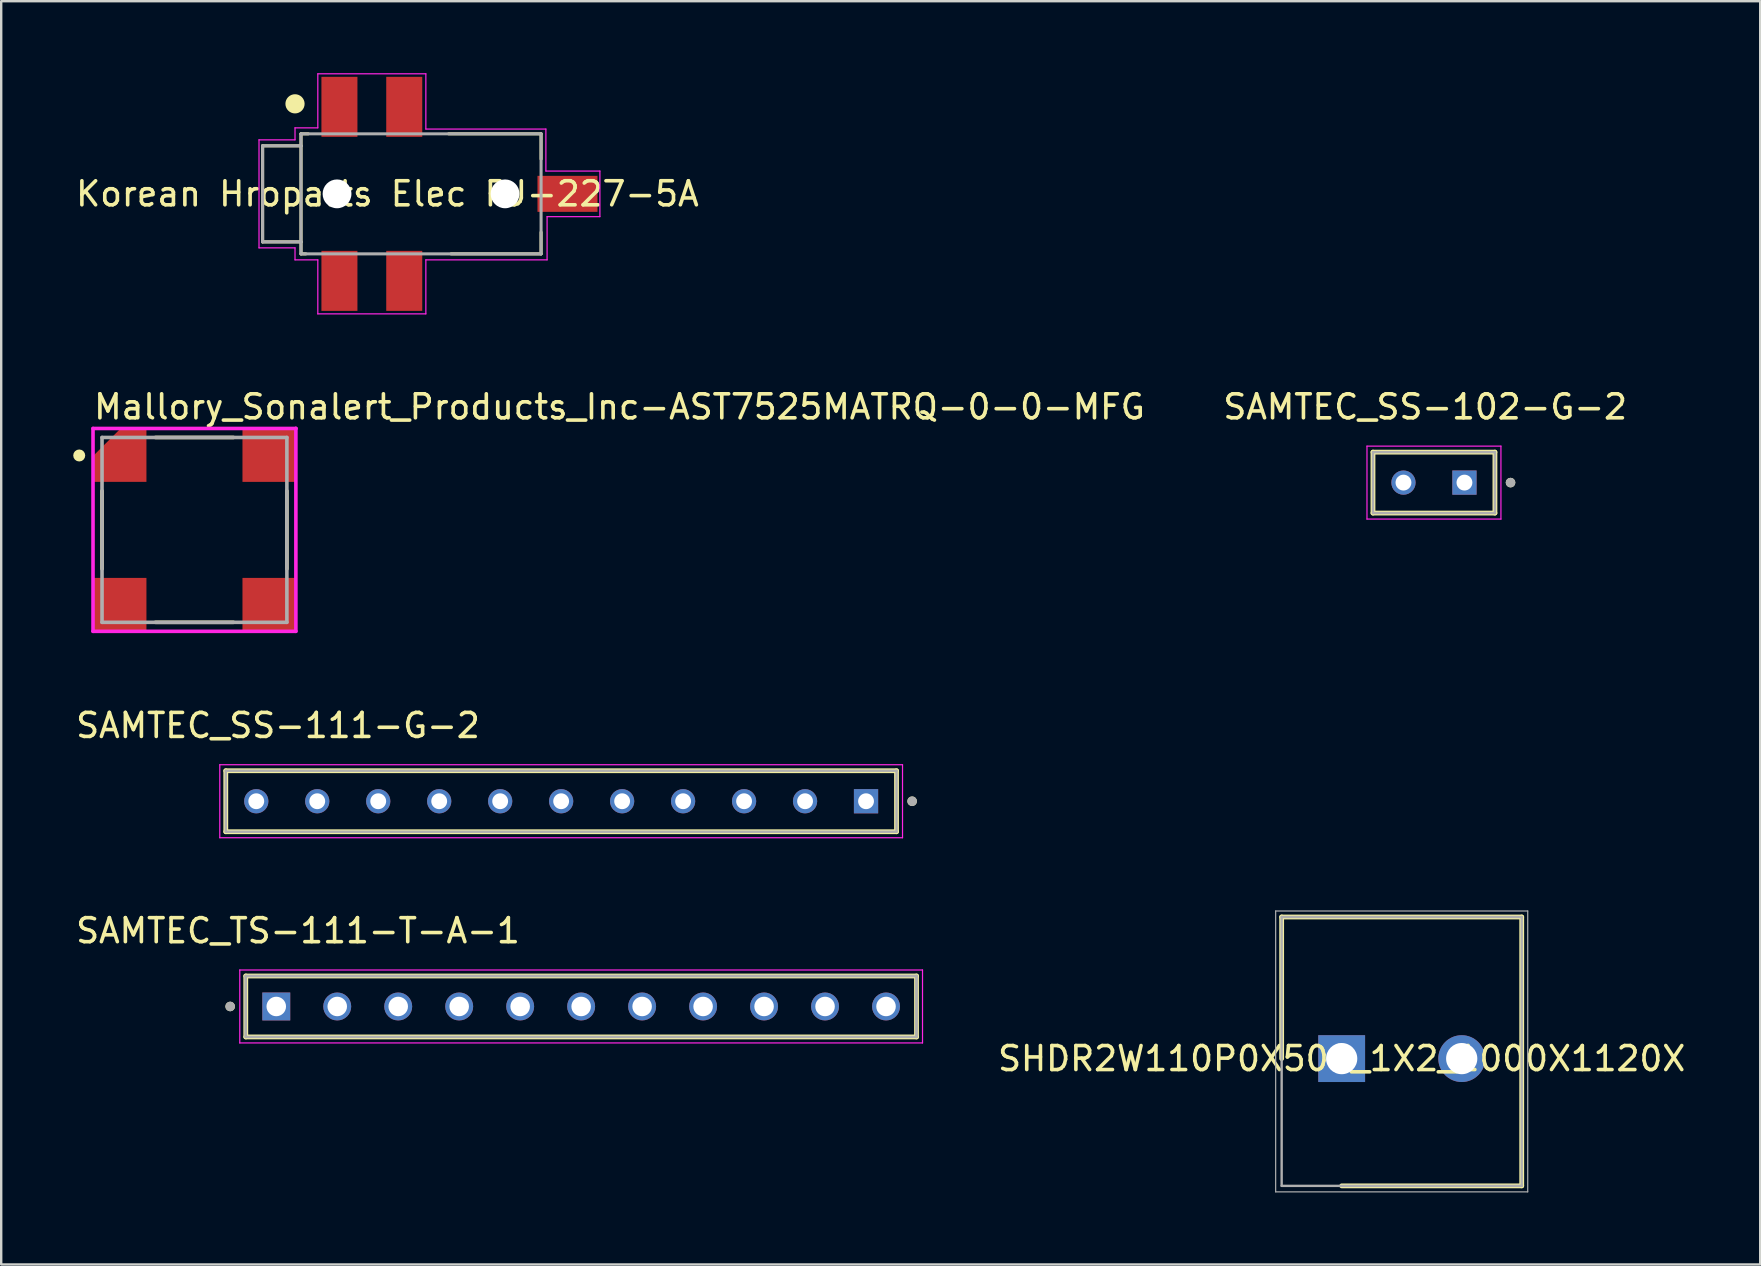
<source format=kicad_pcb>
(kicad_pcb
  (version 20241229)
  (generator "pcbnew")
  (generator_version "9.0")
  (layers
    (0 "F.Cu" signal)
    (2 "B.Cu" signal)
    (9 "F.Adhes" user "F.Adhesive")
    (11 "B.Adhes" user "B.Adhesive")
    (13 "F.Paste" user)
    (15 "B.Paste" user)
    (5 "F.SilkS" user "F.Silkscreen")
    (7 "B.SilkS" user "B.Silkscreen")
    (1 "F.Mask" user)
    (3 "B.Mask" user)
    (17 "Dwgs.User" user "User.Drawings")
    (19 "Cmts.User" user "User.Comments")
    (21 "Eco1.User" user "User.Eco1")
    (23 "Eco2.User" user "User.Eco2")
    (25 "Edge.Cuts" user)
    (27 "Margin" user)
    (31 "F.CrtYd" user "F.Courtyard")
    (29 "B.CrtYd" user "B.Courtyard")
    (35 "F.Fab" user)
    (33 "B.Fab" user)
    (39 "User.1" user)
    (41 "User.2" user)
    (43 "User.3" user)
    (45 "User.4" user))
  (footprint "SAMTEC_TS-111-T-A-1"
    (layer "F.Cu")
    (at 21.158 38.875)
    (property "Reference" "SAMTEC_TS-111-T-A-1" (at -11.795 -3.155 0) (layer "F.SilkS") (effects (font (size 1 1) (thickness 0.15))))
    (attr through_hole)
    (fp_line (start -13.97 1.27) (end -13.97 -1.27) (stroke (width 0.2) (type solid)) (layer "F.SilkS"))
    (fp_line (start 13.97 -1.27) (end -13.97 -1.27) (stroke (width 0.2) (type solid)) (layer "F.SilkS"))
    (fp_line (start 13.97 -1.27) (end 13.97 1.27) (stroke (width 0.2) (type solid)) (layer "F.SilkS"))
    (fp_line (start 13.97 1.27) (end -13.97 1.27) (stroke (width 0.2) (type solid)) (layer "F.SilkS"))
    (fp_circle (center -14.62 0) (end -14.52 0) (stroke (width 0.2) (type solid)) (fill no) (layer "F.SilkS"))
    (fp_line (start -14.22 -1.52) (end 14.22 -1.52) (stroke (width 0.05) (type solid)) (layer "F.CrtYd"))
    (fp_line (start -14.22 1.52) (end -14.22 -1.52) (stroke (width 0.05) (type solid)) (layer "F.CrtYd"))
    (fp_line (start 14.22 -1.52) (end 14.22 1.52) (stroke (width 0.05) (type solid)) (layer "F.CrtYd"))
    (fp_line (start 14.22 1.52) (end -14.22 1.52) (stroke (width 0.05) (type solid)) (layer "F.CrtYd"))
    (fp_line (start -13.97 -1.27) (end 13.97 -1.27) (stroke (width 0.1) (type solid)) (layer "F.Fab"))
    (fp_line (start -13.97 -1.27) (end 13.97 -1.27) (stroke (width 0.1) (type solid)) (layer "F.Fab"))
    (fp_line (start -13.97 1.27) (end -13.97 -1.27) (stroke (width 0.1) (type solid)) (layer "F.Fab"))
    (fp_line (start -13.97 1.27) (end -13.97 -1.27) (stroke (width 0.1) (type solid)) (layer "F.Fab"))
    (fp_line (start 13.97 -1.27) (end 13.97 1.27) (stroke (width 0.1) (type solid)) (layer "F.Fab"))
    (fp_line (start 13.97 -1.27) (end 13.97 1.27) (stroke (width 0.1) (type solid)) (layer "F.Fab"))
    (fp_line (start 13.97 1.27) (end -13.97 1.27) (stroke (width 0.1) (type solid)) (layer "F.Fab"))
    (fp_circle (center -14.62 0) (end -14.52 0) (stroke (width 0.2) (type solid)) (fill no) (layer "F.Fab"))
    (pad "01" thru_hole rect (at -12.7 0) (size 1.163 1.163) (drill 0.813) (layers "*.Cu" "*.Mask"))
    (pad "02" thru_hole circle (at -10.16 0) (size 1.163 1.163) (drill 0.813) (layers "*.Cu" "*.Mask"))
    (pad "03" thru_hole circle (at -7.62 0) (size 1.163 1.163) (drill 0.813) (layers "*.Cu" "*.Mask"))
    (pad "04" thru_hole circle (at -5.08 0) (size 1.163 1.163) (drill 0.813) (layers "*.Cu" "*.Mask"))
    (pad "05" thru_hole circle (at -2.54 0) (size 1.163 1.163) (drill 0.813) (layers "*.Cu" "*.Mask"))
    (pad "06" thru_hole circle (at 0 0) (size 1.163 1.163) (drill 0.813) (layers "*.Cu" "*.Mask"))
    (pad "07" thru_hole circle (at 2.54 0) (size 1.163 1.163) (drill 0.813) (layers "*.Cu" "*.Mask"))
    (pad "08" thru_hole circle (at 5.08 0) (size 1.163 1.163) (drill 0.813) (layers "*.Cu" "*.Mask"))
    (pad "09" thru_hole circle (at 7.62 0) (size 1.163 1.163) (drill 0.813) (layers "*.Cu" "*.Mask"))
    (pad "10" thru_hole circle (at 10.16 0) (size 1.163 1.163) (drill 0.813) (layers "*.Cu" "*.Mask"))
    (pad "11" thru_hole circle (at 12.7 0) (size 1.163 1.163) (drill 0.813) (layers "*.Cu" "*.Mask")))
  (footprint "SAMTEC_SS-102-G-2"
    (layer "F.Cu")
    (at 57.952 17.053)
    (property "Reference" "SAMTEC_SS-102-G-2" (at -1.635 -3.155 0) (layer "F.SilkS") (effects (font (size 1 1) (thickness 0.15))))
    (attr through_hole)
    (fp_line (start -3.81 1.27) (end -3.81 -1.27) (stroke (width 0.2) (type solid)) (layer "F.SilkS"))
    (fp_line (start 1.27 -1.27) (end -3.81 -1.27) (stroke (width 0.2) (type solid)) (layer "F.SilkS"))
    (fp_line (start 1.27 -1.27) (end 1.27 1.27) (stroke (width 0.2) (type solid)) (layer "F.SilkS"))
    (fp_line (start 1.27 1.27) (end -3.81 1.27) (stroke (width 0.2) (type solid)) (layer "F.SilkS"))
    (fp_circle (center 1.92 0) (end 2.02 0) (stroke (width 0.2) (type solid)) (fill no) (layer "F.SilkS"))
    (fp_line (start -4.06 -1.52) (end 1.52 -1.52) (stroke (width 0.05) (type solid)) (layer "F.CrtYd"))
    (fp_line (start -4.06 1.52) (end -4.06 -1.52) (stroke (width 0.05) (type solid)) (layer "F.CrtYd"))
    (fp_line (start 1.52 -1.52) (end 1.52 1.52) (stroke (width 0.05) (type solid)) (layer "F.CrtYd"))
    (fp_line (start 1.52 1.52) (end -4.06 1.52) (stroke (width 0.05) (type solid)) (layer "F.CrtYd"))
    (fp_line (start -3.81 -1.27) (end 1.27 -1.27) (stroke (width 0.1) (type solid)) (layer "F.Fab"))
    (fp_line (start -3.81 1.27) (end -3.81 -1.27) (stroke (width 0.1) (type solid)) (layer "F.Fab"))
    (fp_line (start 1.27 -1.27) (end 1.27 1.27) (stroke (width 0.1) (type solid)) (layer "F.Fab"))
    (fp_line (start 1.27 1.27) (end -3.81 1.27) (stroke (width 0.1) (type solid)) (layer "F.Fab"))
    (fp_circle (center 1.92 0) (end 2.02 0) (stroke (width 0.2) (type solid)) (fill no) (layer "F.Fab"))
    (pad "01" thru_hole rect (at 0 0) (size 1.01 1.01) (drill 0.66) (layers "*.Cu" "*.Mask"))
    (pad "02" thru_hole circle (at -2.54 0) (size 1.01 1.01) (drill 0.66) (layers "*.Cu" "*.Mask")))
  (footprint "Korean Hroparts Elec PJ-227-5A"
    (layer "F.Cu")
    (at 9.489 5.025)
    (property "Reference" "Korean Hroparts Elec PJ-227-5A" (at 3.599 0 0) (layer "F.SilkS") (effects (font (size 1.001 1.001) (thickness 0.15))))
    (fp_line (start -1.6 -2) (end -1.6 2) (stroke (width 0.127) (type solid)) (layer "F.SilkS"))
    (fp_line (start -1.6 2) (end 0 2) (stroke (width 0.127) (type solid)) (layer "F.SilkS"))
    (fp_line (start 0 -2.5) (end 0 -2) (stroke (width 0.127) (type solid)) (layer "F.SilkS"))
    (fp_line (start 0 -2) (end -1.6 -2) (stroke (width 0.127) (type solid)) (layer "F.SilkS"))
    (fp_line (start 0 -2) (end 0 2) (stroke (width 0.127) (type solid)) (layer "F.SilkS"))
    (fp_line (start 0 2) (end 0 2.5) (stroke (width 0.127) (type solid)) (layer "F.SilkS"))
    (fp_line (start 0 2.5) (end 0.2 2.5) (stroke (width 0.127) (type solid)) (layer "F.SilkS"))
    (fp_line (start 0.3 -2.5) (end 0 -2.5) (stroke (width 0.127) (type solid)) (layer "F.SilkS"))
    (fp_line (start 6.25 2.5) (end 10 2.5) (stroke (width 0.127) (type solid)) (layer "F.SilkS"))
    (fp_line (start 10 -2.5) (end 6.15 -2.5) (stroke (width 0.127) (type solid)) (layer "F.SilkS"))
    (fp_line (start 10 -1.45) (end 10 -2.5) (stroke (width 0.127) (type solid)) (layer "F.SilkS"))
    (fp_line (start 10 2.5) (end 10 1.6) (stroke (width 0.127) (type solid)) (layer "F.SilkS"))
    (fp_circle (center -0.25 -3.75) (end -0.05 -3.75) (stroke (width 0.4) (type solid)) (fill no) (layer "F.SilkS"))
    (fp_line (start -1.75 -2.25) (end -0.25 -2.25) (stroke (width 0.05) (type solid)) (layer "F.CrtYd"))
    (fp_line (start -1.75 2.25) (end -1.75 -2.25) (stroke (width 0.05) (type solid)) (layer "F.CrtYd"))
    (fp_line (start -0.25 -2.75) (end 0.7 -2.75) (stroke (width 0.05) (type solid)) (layer "F.CrtYd"))
    (fp_line (start -0.25 -2.25) (end -0.25 -2.75) (stroke (width 0.05) (type solid)) (layer "F.CrtYd"))
    (fp_line (start -0.25 2.25) (end -1.75 2.25) (stroke (width 0.05) (type solid)) (layer "F.CrtYd"))
    (fp_line (start -0.25 2.75) (end -0.25 2.25) (stroke (width 0.05) (type solid)) (layer "F.CrtYd"))
    (fp_line (start 0.7 -5) (end 5.2 -5) (stroke (width 0.05) (type solid)) (layer "F.CrtYd"))
    (fp_line (start 0.7 -2.75) (end 0.7 -5) (stroke (width 0.05) (type solid)) (layer "F.CrtYd"))
    (fp_line (start 0.7 2.75) (end -0.25 2.75) (stroke (width 0.05) (type solid)) (layer "F.CrtYd"))
    (fp_line (start 0.7 5) (end 0.7 2.75) (stroke (width 0.05) (type solid)) (layer "F.CrtYd"))
    (fp_line (start 5.2 -5) (end 5.2 -2.7) (stroke (width 0.05) (type solid)) (layer "F.CrtYd"))
    (fp_line (start 5.2 -2.7) (end 10.2 -2.7) (stroke (width 0.05) (type solid)) (layer "F.CrtYd"))
    (fp_line (start 5.2 2.75) (end 5.2 5) (stroke (width 0.05) (type solid)) (layer "F.CrtYd"))
    (fp_line (start 5.2 2.75) (end 10.25 2.75) (stroke (width 0.05) (type solid)) (layer "F.CrtYd"))
    (fp_line (start 5.2 5) (end 0.7 5) (stroke (width 0.05) (type solid)) (layer "F.CrtYd"))
    (fp_line (start 10.2 -2.7) (end 10.2 -0.95) (stroke (width 0.05) (type solid)) (layer "F.CrtYd"))
    (fp_line (start 10.2 -0.95) (end 12.45 -0.95) (stroke (width 0.05) (type solid)) (layer "F.CrtYd"))
    (fp_line (start 10.25 0.95) (end 10.25 2.75) (stroke (width 0.05) (type solid)) (layer "F.CrtYd"))
    (fp_line (start 12.45 -0.95) (end 12.45 0.95) (stroke (width 0.05) (type solid)) (layer "F.CrtYd"))
    (fp_line (start 12.45 0.95) (end 10.25 0.95) (stroke (width 0.05) (type solid)) (layer "F.CrtYd"))
    (fp_line (start -1.6 -2) (end -1.6 2) (stroke (width 0.127) (type solid)) (layer "F.Fab"))
    (fp_line (start -1.6 2) (end 0 2) (stroke (width 0.127) (type solid)) (layer "F.Fab"))
    (fp_line (start 0 -2.5) (end 10 -2.5) (stroke (width 0.127) (type solid)) (layer "F.Fab"))
    (fp_line (start 0 -2) (end -1.6 -2) (stroke (width 0.127) (type solid)) (layer "F.Fab"))
    (fp_line (start 0 -2) (end 0 -2.5) (stroke (width 0.127) (type solid)) (layer "F.Fab"))
    (fp_line (start 0 2) (end 0 -2) (stroke (width 0.127) (type solid)) (layer "F.Fab"))
    (fp_line (start 0 2.5) (end 0 2) (stroke (width 0.127) (type solid)) (layer "F.Fab"))
    (fp_line (start 10 -2.5) (end 10 2.5) (stroke (width 0.127) (type solid)) (layer "F.Fab"))
    (fp_line (start 10 2.5) (end 0 2.5) (stroke (width 0.127) (type solid)) (layer "F.Fab"))
    (pad "" np_thru_hole circle (at 1.5 0 180) (size 1.2 1.2) (drill 1.2) (layers "*.Cu" "*.Mask"))
    (pad "" np_thru_hole circle (at 8.5 0 180) (size 1.2 1.2) (drill 1.2) (layers "*.Cu" "*.Mask"))
    (pad "1" smd rect (at 1.6 -3.625 180) (size 1.5 2.5) (layers "F.Cu" "F.Mask" "F.Paste"))
    (pad "2" smd rect (at 11.1 0 180) (size 2.5 1.5) (layers "F.Cu" "F.Mask" "F.Paste"))
    (pad "3" smd rect (at 4.3 -3.625 180) (size 1.5 2.5) (layers "F.Cu" "F.Mask" "F.Paste"))
    (pad "4" smd rect (at 1.6 3.625 180) (size 1.5 2.5) (layers "F.Cu" "F.Mask" "F.Paste"))
    (pad "5" smd rect (at 4.3 3.625 180) (size 1.5 2.5) (layers "F.Cu" "F.Mask" "F.Paste")))
  (footprint "SHDR2W110P0X500_1X2_1000X1120X"
    (layer "F.Cu")
    (at 52.838 41.047)
    (property "Reference" "SHDR2W110P0X500_1X2_1000X1120X" (at 0 0 0) (layer "F.SilkS") (effects (font (size 1 1) (thickness 0.15))))
    (attr through_hole)
    (fp_line (start -2.5 -5.9) (end -2.5 0) (stroke (width 0.2) (type solid)) (layer "F.SilkS"))
    (fp_line (start 0 5.3) (end 7.5 5.3) (stroke (width 0.2) (type solid)) (layer "F.SilkS"))
    (fp_line (start 7.5 -5.9) (end -2.5 -5.9) (stroke (width 0.2) (type solid)) (layer "F.SilkS"))
    (fp_line (start 7.5 5.3) (end 7.5 -5.9) (stroke (width 0.2) (type solid)) (layer "F.SilkS"))
    (fp_line (start -2.75 -6.15) (end 7.75 -6.15) (stroke (width 0.05) (type solid)) (layer "F.Fab"))
    (fp_line (start -2.75 5.55) (end -2.75 -6.15) (stroke (width 0.05) (type solid)) (layer "F.Fab"))
    (fp_line (start -2.5 -5.9) (end 7.5 -5.9) (stroke (width 0.1) (type solid)) (layer "F.Fab"))
    (fp_line (start -2.5 5.3) (end -2.5 -5.9) (stroke (width 0.1) (type solid)) (layer "F.Fab"))
    (fp_line (start 7.5 -5.9) (end 7.5 5.3) (stroke (width 0.1) (type solid)) (layer "F.Fab"))
    (fp_line (start 7.5 5.3) (end -2.5 5.3) (stroke (width 0.1) (type solid)) (layer "F.Fab"))
    (fp_line (start 7.75 -6.15) (end 7.75 5.55) (stroke (width 0.05) (type solid)) (layer "F.Fab"))
    (fp_line (start 7.75 5.55) (end -2.75 5.55) (stroke (width 0.05) (type solid)) (layer "F.Fab"))
    (pad "1" thru_hole rect (at 0 0) (size 1.95 1.95) (drill 1.3) (layers "*.Cu" "*.Mask"))
    (pad "2" thru_hole circle (at 5 0) (size 1.95 1.95) (drill 1.3) (layers "*.Cu" "*.Mask")))
  (footprint "SAMTEC_SS-111-G-2"
    (layer "F.Cu")
    (at 33.025 30.326)
    (property "Reference" "SAMTEC_SS-111-G-2" (at -24.495 -3.155 0) (layer "F.SilkS") (effects (font (size 1 1) (thickness 0.15))))
    (attr through_hole)
    (fp_line (start -26.67 1.27) (end -26.67 -1.27) (stroke (width 0.2) (type solid)) (layer "F.SilkS"))
    (fp_line (start 1.27 -1.27) (end -26.67 -1.27) (stroke (width 0.2) (type solid)) (layer "F.SilkS"))
    (fp_line (start 1.27 -1.27) (end 1.27 1.27) (stroke (width 0.2) (type solid)) (layer "F.SilkS"))
    (fp_line (start 1.27 1.27) (end -26.67 1.27) (stroke (width 0.2) (type solid)) (layer "F.SilkS"))
    (fp_circle (center 1.92 0) (end 2.02 0) (stroke (width 0.2) (type solid)) (fill no) (layer "F.SilkS"))
    (fp_line (start -26.92 -1.52) (end 1.52 -1.52) (stroke (width 0.05) (type solid)) (layer "F.CrtYd"))
    (fp_line (start -26.92 1.52) (end -26.92 -1.52) (stroke (width 0.05) (type solid)) (layer "F.CrtYd"))
    (fp_line (start 1.52 -1.52) (end 1.52 1.52) (stroke (width 0.05) (type solid)) (layer "F.CrtYd"))
    (fp_line (start 1.52 1.52) (end -26.92 1.52) (stroke (width 0.05) (type solid)) (layer "F.CrtYd"))
    (fp_line (start -26.67 -1.27) (end 1.27 -1.27) (stroke (width 0.1) (type solid)) (layer "F.Fab"))
    (fp_line (start -26.67 1.27) (end -26.67 -1.27) (stroke (width 0.1) (type solid)) (layer "F.Fab"))
    (fp_line (start 1.27 -1.27) (end 1.27 1.27) (stroke (width 0.1) (type solid)) (layer "F.Fab"))
    (fp_line (start 1.27 1.27) (end -26.67 1.27) (stroke (width 0.1) (type solid)) (layer "F.Fab"))
    (fp_circle (center 1.92 0) (end 2.02 0) (stroke (width 0.2) (type solid)) (fill no) (layer "F.Fab"))
    (pad "01" thru_hole rect (at 0 0) (size 1.01 1.01) (drill 0.66) (layers "*.Cu" "*.Mask"))
    (pad "02" thru_hole circle (at -2.54 0) (size 1.01 1.01) (drill 0.66) (layers "*.Cu" "*.Mask"))
    (pad "03" thru_hole circle (at -5.08 0) (size 1.01 1.01) (drill 0.66) (layers "*.Cu" "*.Mask"))
    (pad "04" thru_hole circle (at -7.62 0) (size 1.01 1.01) (drill 0.66) (layers "*.Cu" "*.Mask"))
    (pad "05" thru_hole circle (at -10.16 0) (size 1.01 1.01) (drill 0.66) (layers "*.Cu" "*.Mask"))
    (pad "06" thru_hole circle (at -12.7 0) (size 1.01 1.01) (drill 0.66) (layers "*.Cu" "*.Mask"))
    (pad "07" thru_hole circle (at -15.24 0) (size 1.01 1.01) (drill 0.66) (layers "*.Cu" "*.Mask"))
    (pad "08" thru_hole circle (at -17.78 0) (size 1.01 1.01) (drill 0.66) (layers "*.Cu" "*.Mask"))
    (pad "09" thru_hole circle (at -20.32 0) (size 1.01 1.01) (drill 0.66) (layers "*.Cu" "*.Mask"))
    (pad "10" thru_hole circle (at -22.86 0) (size 1.01 1.01) (drill 0.66) (layers "*.Cu" "*.Mask"))
    (pad "11" thru_hole circle (at -25.4 0) (size 1.01 1.01) (drill 0.66) (layers "*.Cu" "*.Mask")))
  (footprint "Mallory_Sonalert_Products_Inc-AST7525MATRQ-0-0-MFG"
    (layer "F.Cu")
    (at 5.05 19.023)
    (property "Reference" "Mallory_Sonalert_Products_Inc-AST7525MATRQ-0-0-MFG" (at -4.275 -5.125 0) (layer "F.SilkS") (effects (font (size 1 1) (thickness 0.15)) (justify left)))
    (attr smd)
    (fp_line (start -3.85 1.625) (end -3.85 -1.625) (stroke (width 0.15) (type solid)) (layer "F.SilkS"))
    (fp_line (start -1.625 3.85) (end 1.625 3.85) (stroke (width 0.15) (type solid)) (layer "F.SilkS"))
    (fp_line (start -1.625 -3.85) (end 1.625 -3.85) (stroke (width 0.15) (type solid)) (layer "F.SilkS"))
    (fp_line (start 3.85 1.625) (end 3.85 -1.625) (stroke (width 0.15) (type solid)) (layer "F.SilkS"))
    (fp_circle (center -4.8 -3.1) (end -4.675 -3.1) (stroke (width 0.25) (type solid)) (fill no) (layer "F.SilkS"))
    (fp_line (start -4.225 -4.225) (end -4.225 4.225) (stroke (width 0.15) (type solid)) (layer "F.CrtYd"))
    (fp_line (start -4.225 4.225) (end 4.225 4.225) (stroke (width 0.15) (type solid)) (layer "F.CrtYd"))
    (fp_line (start 4.225 -4.225) (end -4.225 -4.225) (stroke (width 0.15) (type solid)) (layer "F.CrtYd"))
    (fp_line (start 4.225 -4.225) (end 4.225 -4.225) (stroke (width 0.15) (type solid)) (layer "F.CrtYd"))
    (fp_line (start 4.225 4.225) (end 4.225 -4.225) (stroke (width 0.15) (type solid)) (layer "F.CrtYd"))
    (fp_line (start -3.85 -3.85) (end 3.85 -3.85) (stroke (width 0.15) (type solid)) (layer "F.Fab"))
    (fp_line (start -3.85 3.85) (end -3.85 -3.85) (stroke (width 0.15) (type solid)) (layer "F.Fab"))
    (fp_line (start 3.85 -3.85) (end 3.85 3.85) (stroke (width 0.15) (type solid)) (layer "F.Fab"))
    (fp_line (start 3.85 3.85) (end -3.85 3.85) (stroke (width 0.15) (type solid)) (layer "F.Fab"))
    (pad "1" smd custom (at -3.1 -3.1) (size 1 1) (layers "F.Cu" "F.Mask" "F.Paste") (options (anchor circle)) (primitives (gr_poly (pts (xy -1.1 1.1) (xy 1.1 1.1) (xy 1.1 -1.1) (xy 0 -1.1) (xy -1.1 0) (xy -1.1 1.1)) (width 0) (fill yes))))
    (pad "2" smd rect (at 3.1 -3.1) (size 2.2 2.2) (layers "F.Cu" "F.Mask" "F.Paste"))
    (pad "3" smd rect (at -3.1 3.1) (size 2.2 2.2) (layers "F.Cu" "F.Mask" "F.Paste"))
    (pad "4" smd rect (at 3.1 3.1) (size 2.2 2.2) (layers "F.Cu" "F.Mask" "F.Paste")))
  (gr_rect
    (start -3 -3)
    (end 70.272 49.621)
    (stroke (width 0.1) (type default))
    (fill no)
    (layer "Edge.Cuts")))
</source>
